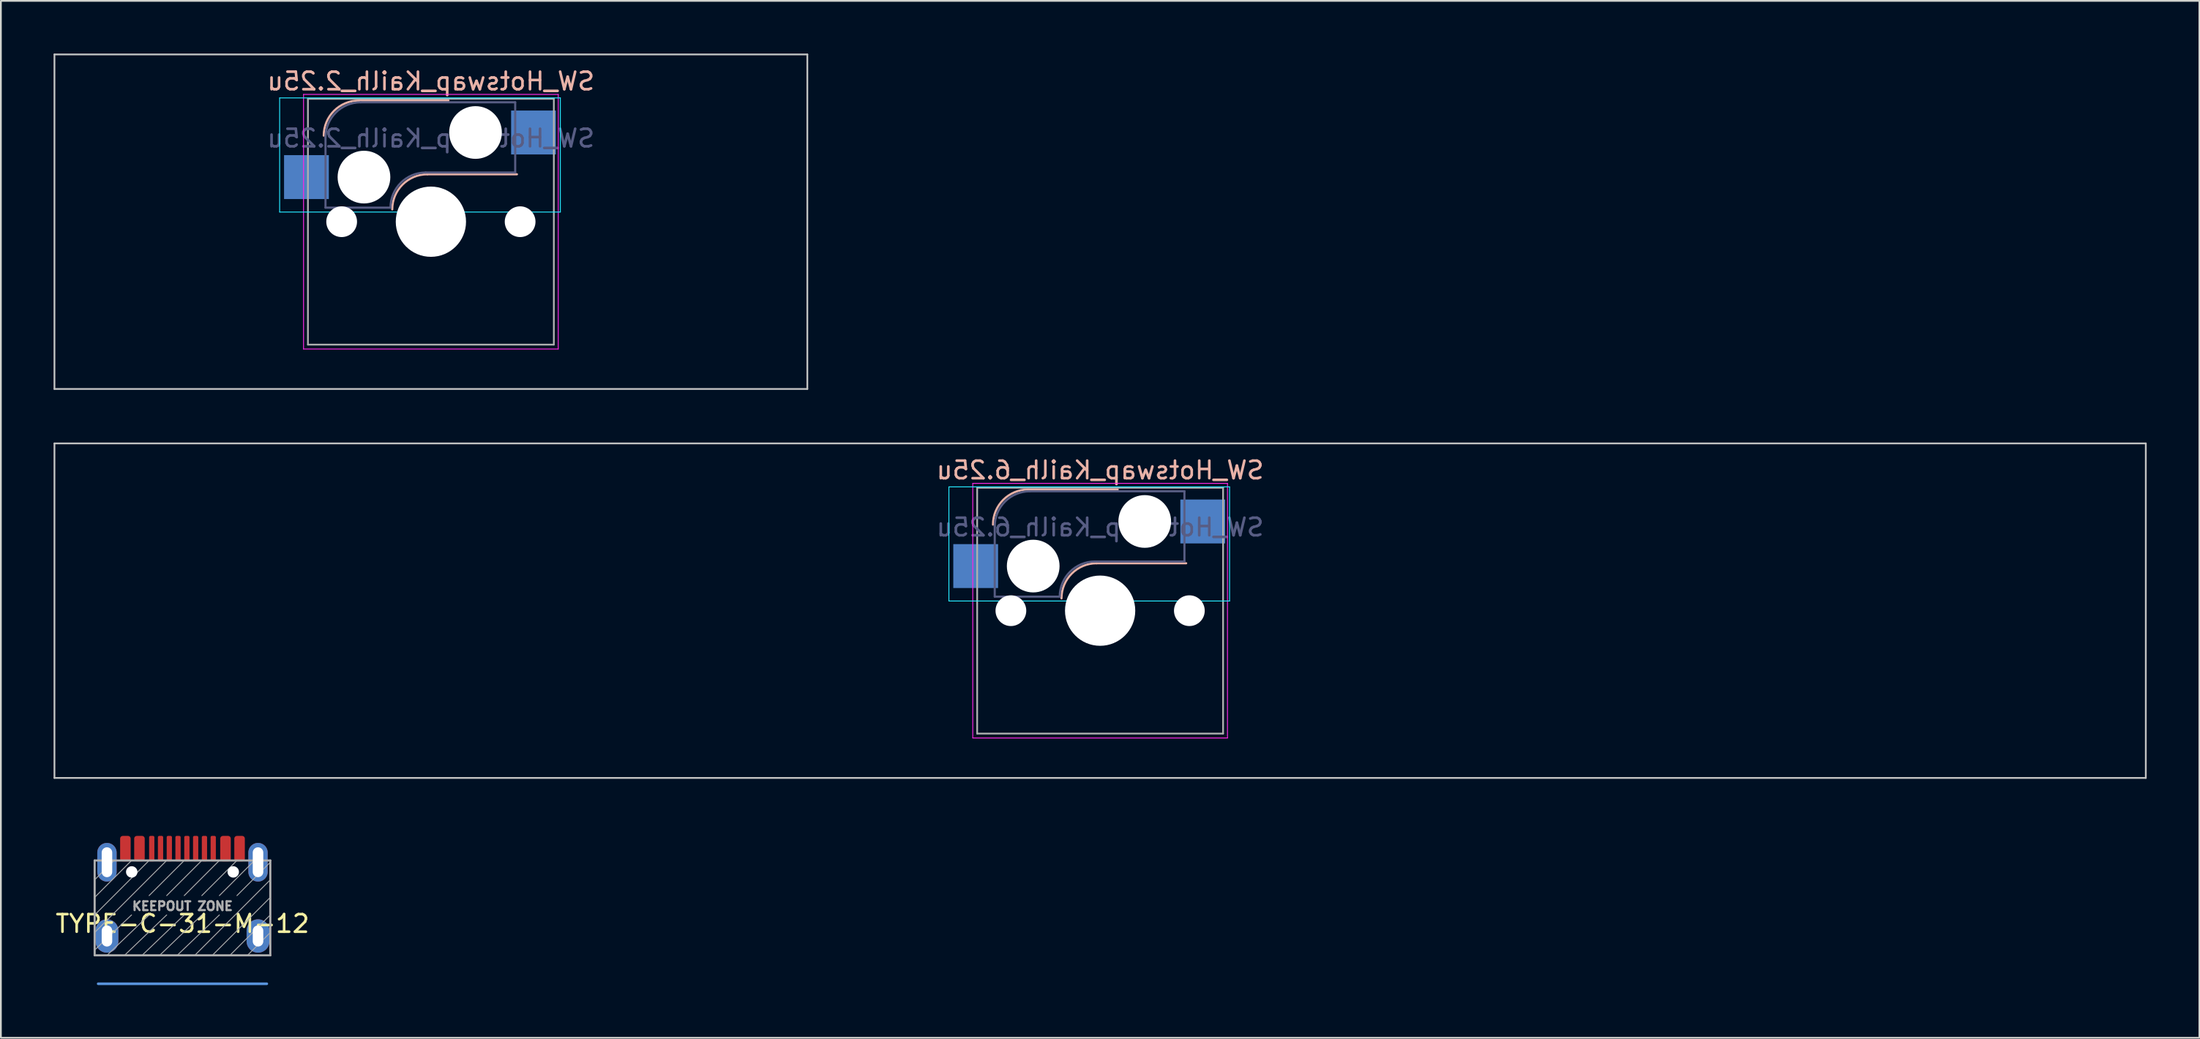
<source format=kicad_pcb>
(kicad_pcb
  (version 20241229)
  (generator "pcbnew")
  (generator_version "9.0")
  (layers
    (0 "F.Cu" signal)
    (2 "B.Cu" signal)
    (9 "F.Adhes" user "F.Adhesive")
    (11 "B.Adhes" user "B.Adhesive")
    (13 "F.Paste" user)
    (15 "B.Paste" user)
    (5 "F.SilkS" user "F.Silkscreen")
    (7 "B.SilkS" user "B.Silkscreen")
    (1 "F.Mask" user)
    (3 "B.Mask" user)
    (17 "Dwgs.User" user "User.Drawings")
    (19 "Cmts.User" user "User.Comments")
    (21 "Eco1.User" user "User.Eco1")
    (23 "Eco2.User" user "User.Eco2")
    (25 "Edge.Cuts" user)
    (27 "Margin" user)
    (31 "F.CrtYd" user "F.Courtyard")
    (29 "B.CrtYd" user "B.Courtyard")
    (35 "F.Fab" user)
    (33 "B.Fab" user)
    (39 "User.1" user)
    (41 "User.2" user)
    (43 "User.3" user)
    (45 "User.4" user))
  (footprint "SW_Hotswap_Kailh_2.25u"
    (layer "F.Cu")
    (at 21.481 9.575)
    (property "Reference" "SW_Hotswap_Kailh_2.25u" (at 0 -8 0) (layer "B.SilkS") (effects (font (size 1 1) (thickness 0.15)) (justify mirror)))
    (attr smd)
    (fp_line (start -4.1 -6.9) (end 1 -6.9) (stroke (width 0.12) (type solid)) (layer "B.SilkS"))
    (fp_line (start -0.2 -2.7) (end 4.9 -2.7) (stroke (width 0.12) (type solid)) (layer "B.SilkS"))
    (fp_arc (start -6.1 -4.9) (mid -5.514214 -6.314214) (end -4.1 -6.9) (stroke (width 0.12) (type solid)) (layer "B.SilkS"))
    (fp_arc (start -2.2 -0.7) (mid -1.614214 -2.114214) (end -0.2 -2.7) (stroke (width 0.12) (type solid)) (layer "B.SilkS"))
    (fp_line (start -21.431 -9.525) (end -21.431 9.525) (stroke (width 0.1) (type solid)) (layer "Dwgs.User"))
    (fp_line (start -21.431 9.525) (end 21.431 9.525) (stroke (width 0.1) (type solid)) (layer "Dwgs.User"))
    (fp_line (start 21.431 -9.525) (end -21.431 -9.525) (stroke (width 0.1) (type solid)) (layer "Dwgs.User"))
    (fp_line (start 21.431 9.525) (end 21.431 -9.525) (stroke (width 0.1) (type solid)) (layer "Dwgs.User"))
    (fp_line (start -8.61 -7.05) (end -8.61 -0.55) (stroke (width 0.05) (type solid)) (layer "B.CrtYd"))
    (fp_line (start -8.61 -0.55) (end 7.37 -0.55) (stroke (width 0.05) (type solid)) (layer "B.CrtYd"))
    (fp_line (start 7.37 -7.05) (end -8.61 -7.05) (stroke (width 0.05) (type solid)) (layer "B.CrtYd"))
    (fp_line (start 7.37 -0.55) (end 7.37 -7.05) (stroke (width 0.05) (type solid)) (layer "B.CrtYd"))
    (fp_line (start -7.25 -7.25) (end -7.25 7.25) (stroke (width 0.05) (type solid)) (layer "F.CrtYd"))
    (fp_line (start -7.25 7.25) (end 7.25 7.25) (stroke (width 0.05) (type solid)) (layer "F.CrtYd"))
    (fp_line (start 7.25 -7.25) (end -7.25 -7.25) (stroke (width 0.05) (type solid)) (layer "F.CrtYd"))
    (fp_line (start 7.25 7.25) (end 7.25 -7.25) (stroke (width 0.05) (type solid)) (layer "F.CrtYd"))
    (fp_line (start -6 -0.8) (end -6 -4.8) (stroke (width 0.12) (type solid)) (layer "B.Fab"))
    (fp_line (start -6 -0.8) (end -2.3 -0.8) (stroke (width 0.12) (type solid)) (layer "B.Fab"))
    (fp_line (start -4 -6.8) (end 4.8 -6.8) (stroke (width 0.12) (type solid)) (layer "B.Fab"))
    (fp_line (start -0.3 -2.8) (end 4.8 -2.8) (stroke (width 0.12) (type solid)) (layer "B.Fab"))
    (fp_line (start 4.8 -6.8) (end 4.8 -2.8) (stroke (width 0.12) (type solid)) (layer "B.Fab"))
    (fp_arc (start -6 -4.8) (mid -5.414214 -6.214214) (end -4 -6.8) (stroke (width 0.12) (type solid)) (layer "B.Fab"))
    (fp_arc (start -2.3 -0.8) (mid -1.714214 -2.214214) (end -0.3 -2.8) (stroke (width 0.12) (type solid)) (layer "B.Fab"))
    (fp_line (start -7 -7) (end -7 7) (stroke (width 0.1) (type solid)) (layer "F.Fab"))
    (fp_line (start -7 7) (end 7 7) (stroke (width 0.1) (type solid)) (layer "F.Fab"))
    (fp_line (start 7 -7) (end -7 -7) (stroke (width 0.1) (type solid)) (layer "F.Fab"))
    (fp_line (start 7 7) (end 7 -7) (stroke (width 0.1) (type solid)) (layer "F.Fab"))
    (fp_text user "${REFERENCE}" (at 0 -4.75 0) (layer "B.Fab") (effects (font (size 1 1) (thickness 0.15)) (justify mirror)))
    (pad "" np_thru_hole circle (at -5.08 0) (size 1.75 1.75) (drill 1.75) (layers "*.Cu" "*.Mask"))
    (pad "" np_thru_hole circle (at -3.81 -2.54) (size 3 3) (drill 3) (layers "*.Cu" "*.Mask"))
    (pad "" np_thru_hole circle (at 0 0) (size 4 4) (drill 4) (layers "*.Cu" "*.Mask"))
    (pad "" np_thru_hole circle (at 2.54 -5.08) (size 3 3) (drill 3) (layers "*.Cu" "*.Mask"))
    (pad "" np_thru_hole circle (at 5.08 0) (size 1.75 1.75) (drill 1.75) (layers "*.Cu" "*.Mask"))
    (pad "1" smd rect (at -7.085 -2.54) (size 2.55 2.5) (layers "B.Cu" "B.Mask" "B.Paste"))
    (pad "2" smd rect (at 5.842 -5.08) (size 2.55 2.5) (layers "B.Cu" "B.Mask" "B.Paste")))
  (footprint "SW_Hotswap_Kailh_6.25u"
    (layer "F.Cu")
    (at 59.581 31.725)
    (property "Reference" "SW_Hotswap_Kailh_6.25u" (at 0 -8 0) (layer "B.SilkS") (effects (font (size 1 1) (thickness 0.15)) (justify mirror)))
    (attr smd)
    (fp_line (start -4.1 -6.9) (end 1 -6.9) (stroke (width 0.12) (type solid)) (layer "B.SilkS"))
    (fp_line (start -0.2 -2.7) (end 4.9 -2.7) (stroke (width 0.12) (type solid)) (layer "B.SilkS"))
    (fp_arc (start -6.1 -4.9) (mid -5.514214 -6.314214) (end -4.1 -6.9) (stroke (width 0.12) (type solid)) (layer "B.SilkS"))
    (fp_arc (start -2.2 -0.7) (mid -1.614214 -2.114214) (end -0.2 -2.7) (stroke (width 0.12) (type solid)) (layer "B.SilkS"))
    (fp_line (start -59.531 -9.525) (end -59.531 9.525) (stroke (width 0.1) (type solid)) (layer "Dwgs.User"))
    (fp_line (start -59.531 9.525) (end 59.531 9.525) (stroke (width 0.1) (type solid)) (layer "Dwgs.User"))
    (fp_line (start 59.531 -9.525) (end -59.531 -9.525) (stroke (width 0.1) (type solid)) (layer "Dwgs.User"))
    (fp_line (start 59.531 9.525) (end 59.531 -9.525) (stroke (width 0.1) (type solid)) (layer "Dwgs.User"))
    (fp_line (start -8.61 -7.05) (end -8.61 -0.55) (stroke (width 0.05) (type solid)) (layer "B.CrtYd"))
    (fp_line (start -8.61 -0.55) (end 7.37 -0.55) (stroke (width 0.05) (type solid)) (layer "B.CrtYd"))
    (fp_line (start 7.37 -7.05) (end -8.61 -7.05) (stroke (width 0.05) (type solid)) (layer "B.CrtYd"))
    (fp_line (start 7.37 -0.55) (end 7.37 -7.05) (stroke (width 0.05) (type solid)) (layer "B.CrtYd"))
    (fp_line (start -7.25 -7.25) (end -7.25 7.25) (stroke (width 0.05) (type solid)) (layer "F.CrtYd"))
    (fp_line (start -7.25 7.25) (end 7.25 7.25) (stroke (width 0.05) (type solid)) (layer "F.CrtYd"))
    (fp_line (start 7.25 -7.25) (end -7.25 -7.25) (stroke (width 0.05) (type solid)) (layer "F.CrtYd"))
    (fp_line (start 7.25 7.25) (end 7.25 -7.25) (stroke (width 0.05) (type solid)) (layer "F.CrtYd"))
    (fp_line (start -6 -0.8) (end -6 -4.8) (stroke (width 0.12) (type solid)) (layer "B.Fab"))
    (fp_line (start -6 -0.8) (end -2.3 -0.8) (stroke (width 0.12) (type solid)) (layer "B.Fab"))
    (fp_line (start -4 -6.8) (end 4.8 -6.8) (stroke (width 0.12) (type solid)) (layer "B.Fab"))
    (fp_line (start -0.3 -2.8) (end 4.8 -2.8) (stroke (width 0.12) (type solid)) (layer "B.Fab"))
    (fp_line (start 4.8 -6.8) (end 4.8 -2.8) (stroke (width 0.12) (type solid)) (layer "B.Fab"))
    (fp_arc (start -6 -4.8) (mid -5.414214 -6.214214) (end -4 -6.8) (stroke (width 0.12) (type solid)) (layer "B.Fab"))
    (fp_arc (start -2.3 -0.8) (mid -1.714214 -2.214214) (end -0.3 -2.8) (stroke (width 0.12) (type solid)) (layer "B.Fab"))
    (fp_line (start -7 -7) (end -7 7) (stroke (width 0.1) (type solid)) (layer "F.Fab"))
    (fp_line (start -7 7) (end 7 7) (stroke (width 0.1) (type solid)) (layer "F.Fab"))
    (fp_line (start 7 -7) (end -7 -7) (stroke (width 0.1) (type solid)) (layer "F.Fab"))
    (fp_line (start 7 7) (end 7 -7) (stroke (width 0.1) (type solid)) (layer "F.Fab"))
    (fp_text user "${REFERENCE}" (at 0 -4.75 0) (layer "B.Fab") (effects (font (size 1 1) (thickness 0.15)) (justify mirror)))
    (pad "" np_thru_hole circle (at -5.08 0) (size 1.75 1.75) (drill 1.75) (layers "*.Cu" "*.Mask"))
    (pad "" np_thru_hole circle (at -3.81 -2.54) (size 3 3) (drill 3) (layers "*.Cu" "*.Mask"))
    (pad "" np_thru_hole circle (at 0 0) (size 4 4) (drill 4) (layers "*.Cu" "*.Mask"))
    (pad "" np_thru_hole circle (at 2.54 -5.08) (size 3 3) (drill 3) (layers "*.Cu" "*.Mask"))
    (pad "" np_thru_hole circle (at 5.08 0) (size 1.75 1.75) (drill 1.75) (layers "*.Cu" "*.Mask"))
    (pad "1" smd rect (at -7.085 -2.54) (size 2.55 2.5) (layers "B.Cu" "B.Mask" "B.Paste"))
    (pad "2" smd rect (at 5.842 -5.08) (size 2.55 2.5) (layers "B.Cu" "B.Mask" "B.Paste")))
  (footprint "TYPE-C-31-M-12"
    (layer "F.Cu")
    (at 7.339 44.55)
    (property "Reference" "TYPE-C-31-M-12" (at 0 5 0) (layer "F.SilkS") (effects (font (size 1 1) (thickness 0.15))))
    (fp_line (start 4.8 8.42) (end -4.8 8.42) (stroke (width 0.15) (type solid)) (layer "Cmts.User"))
    (fp_line (start -5 1.4) (end -5 6.8) (stroke (width 0.12) (type solid)) (layer "F.Fab"))
    (fp_line (start -5 2.5) (end -3.9 1.4) (stroke (width 0.05) (type solid)) (layer "F.Fab"))
    (fp_line (start -5 3.5) (end -2.9 1.4) (stroke (width 0.05) (type solid)) (layer "F.Fab"))
    (fp_line (start -5 4.5) (end -1.9 1.4) (stroke (width 0.05) (type solid)) (layer "F.Fab"))
    (fp_line (start -5 5.5) (end -0.9 1.4) (stroke (width 0.05) (type solid)) (layer "F.Fab"))
    (fp_line (start -5 6.5) (end -2.9 4.5) (stroke (width 0.05) (type solid)) (layer "F.Fab"))
    (fp_line (start -5 6.8) (end 5 6.8) (stroke (width 0.12) (type solid)) (layer "F.Fab"))
    (fp_line (start -4.3 6.8) (end -1.9 4.5) (stroke (width 0.05) (type solid)) (layer "F.Fab"))
    (fp_line (start -3.3 6.8) (end -0.9 4.5) (stroke (width 0.05) (type solid)) (layer "F.Fab"))
    (fp_line (start -2.3 6.8) (end 0.1 4.5) (stroke (width 0.05) (type solid)) (layer "F.Fab"))
    (fp_line (start -1.9 3.4) (end 0.1 1.4) (stroke (width 0.05) (type solid)) (layer "F.Fab"))
    (fp_line (start -1.3 6.8) (end 1.1 4.5) (stroke (width 0.05) (type solid)) (layer "F.Fab"))
    (fp_line (start -0.9 3.4) (end 1.1 1.4) (stroke (width 0.05) (type solid)) (layer "F.Fab"))
    (fp_line (start -0.3 6.8) (end 2.1 4.5) (stroke (width 0.05) (type solid)) (layer "F.Fab"))
    (fp_line (start 0.1 3.4) (end 2.1 1.4) (stroke (width 0.05) (type solid)) (layer "F.Fab"))
    (fp_line (start 0.7 6.8) (end 5 2.5) (stroke (width 0.05) (type solid)) (layer "F.Fab"))
    (fp_line (start 1.1 3.4) (end 3.1 1.4) (stroke (width 0.05) (type solid)) (layer "F.Fab"))
    (fp_line (start 1.7 6.8) (end 5 3.5) (stroke (width 0.05) (type solid)) (layer "F.Fab"))
    (fp_line (start 2.1 3.4) (end 4.1 1.4) (stroke (width 0.05) (type solid)) (layer "F.Fab"))
    (fp_line (start 2.7 6.8) (end 5 4.5) (stroke (width 0.05) (type solid)) (layer "F.Fab"))
    (fp_line (start 3.1 3.4) (end 5 1.5) (stroke (width 0.05) (type solid)) (layer "F.Fab"))
    (fp_line (start 3.7 6.8) (end 5 5.5) (stroke (width 0.05) (type solid)) (layer "F.Fab"))
    (fp_line (start 5 1.4) (end -5 1.4) (stroke (width 0.12) (type solid)) (layer "F.Fab"))
    (fp_line (start 5 6.8) (end 5 1.4) (stroke (width 0.12) (type solid)) (layer "F.Fab"))
    (fp_text user "KEEPOUT ZONE" (at 0 4 0) (layer "F.Fab") (effects (font (size 0.5 0.5) (thickness 0.125))))
    (pad "" np_thru_hole circle (at -2.89 2.051) (size 0.65 0.65) (drill 0.65) (layers "*.Cu" "*.Mask"))
    (pad "" np_thru_hole circle (at 2.89 2.051) (size 0.65 0.65) (drill 0.65) (layers "*.Cu" "*.Mask"))
    (pad "A1" smd roundrect (at -3.25 1.275) (size 0.6 1.45) (drill (offset 0 -0.55)) (layers "F.Cu" "F.Mask" "F.Paste") (roundrect_rratio 0.25))
    (pad "A4" smd roundrect (at -2.45 1.275) (size 0.6 1.45) (drill (offset 0 -0.55)) (layers "F.Cu" "F.Mask" "F.Paste") (roundrect_rratio 0.25))
    (pad "A5" smd roundrect (at -1.25 1.275) (size 0.3 1.45) (drill (offset 0 -0.55)) (layers "F.Cu" "F.Mask" "F.Paste") (roundrect_rratio 0.25))
    (pad "A6" smd roundrect (at -0.254 1.275) (size 0.3 1.45) (drill (offset 0 -0.55)) (layers "F.Cu" "F.Mask" "F.Paste") (roundrect_rratio 0.25))
    (pad "A7" smd roundrect (at 0.25 1.275) (size 0.3 1.45) (drill (offset 0 -0.55)) (layers "F.Cu" "F.Mask" "F.Paste") (roundrect_rratio 0.25))
    (pad "A8" smd roundrect (at 1.25 1.275) (size 0.3 1.45) (drill (offset 0 -0.55)) (layers "F.Cu" "F.Mask" "F.Paste") (roundrect_rratio 0.25))
    (pad "B1" smd roundrect (at 3.25 1.275) (size 0.6 1.45) (drill (offset 0 -0.55)) (layers "F.Cu" "F.Mask" "F.Paste") (roundrect_rratio 0.25))
    (pad "B4" smd roundrect (at 2.45 1.275) (size 0.6 1.45) (drill (offset 0 -0.55)) (layers "F.Cu" "F.Mask" "F.Paste") (roundrect_rratio 0.25))
    (pad "B5" smd roundrect (at 1.75 1.275) (size 0.3 1.45) (drill (offset 0 -0.55)) (layers "F.Cu" "F.Mask" "F.Paste") (roundrect_rratio 0.25))
    (pad "B6" smd roundrect (at 0.75 1.275) (size 0.3 1.45) (drill (offset 0 -0.55)) (layers "F.Cu" "F.Mask" "F.Paste") (roundrect_rratio 0.25))
    (pad "B7" smd roundrect (at -0.75 1.275) (size 0.3 1.45) (drill (offset 0 -0.55)) (layers "F.Cu" "F.Mask" "F.Paste") (roundrect_rratio 0.25))
    (pad "B8" smd roundrect (at -1.75 1.275) (size 0.3 1.45) (drill (offset 0 -0.55)) (layers "F.Cu" "F.Mask" "F.Paste") (roundrect_rratio 0.25))
    (pad "S" thru_hole oval (at -4.3 1.5) (size 1.1 2.2) (drill oval 0.6 1.7) (layers "*.Cu" "*.Mask"))
    (pad "S" thru_hole oval (at 4.3 1.5) (size 1.1 2.2) (drill oval 0.6 1.7) (layers "*.Cu" "*.Mask"))
    (pad "S" thru_hole oval (at 4.3 5.7) (size 1.3 1.9) (drill oval 0.6 1.2) (layers "*.Cu" "*.Mask"))
    (pad "S1" thru_hole oval (at -4.3 5.7) (size 1.3 1.9) (drill oval 0.6 1.2) (layers "*.Cu" "*.Mask")))
  (gr_rect
    (start -3 -3)
    (end 122.162 56.045)
    (stroke (width 0.1) (type default))
    (fill no)
    (layer "Edge.Cuts")))
</source>
